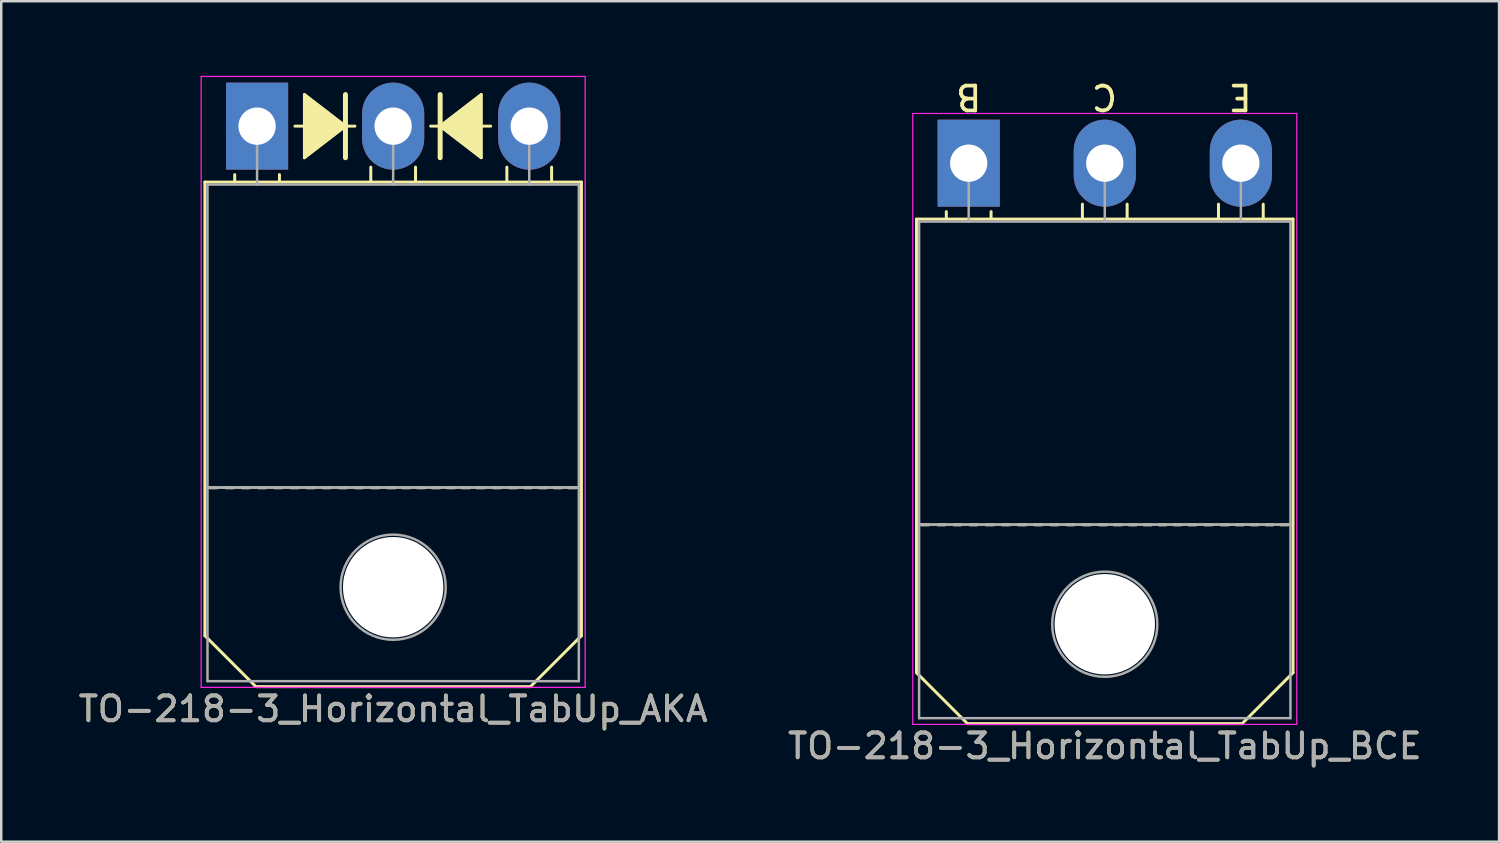
<source format=kicad_pcb>
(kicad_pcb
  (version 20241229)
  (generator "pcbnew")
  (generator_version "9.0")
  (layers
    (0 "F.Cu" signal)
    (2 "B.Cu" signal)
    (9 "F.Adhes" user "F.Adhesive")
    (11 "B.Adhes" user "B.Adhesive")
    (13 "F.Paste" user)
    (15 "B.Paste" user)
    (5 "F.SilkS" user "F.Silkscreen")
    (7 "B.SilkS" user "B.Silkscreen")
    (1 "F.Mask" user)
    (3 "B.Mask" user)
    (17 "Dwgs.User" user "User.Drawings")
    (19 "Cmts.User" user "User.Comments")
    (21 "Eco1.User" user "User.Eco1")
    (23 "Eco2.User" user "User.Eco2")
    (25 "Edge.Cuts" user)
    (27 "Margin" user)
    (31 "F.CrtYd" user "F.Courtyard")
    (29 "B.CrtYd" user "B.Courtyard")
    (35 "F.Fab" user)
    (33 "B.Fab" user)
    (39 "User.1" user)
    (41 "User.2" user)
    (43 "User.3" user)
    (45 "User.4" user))
  (footprint "TO-218-3_Horizontal_TabUp_BCE"
    (layer "F.Cu")
    (at 35.924 3.515)
    (property "Reference" "TO-218-3_Horizontal_TabUp_BCE" (at 5.475 23.45 0) (layer "F.SilkS") (effects (font (size 1 1) (thickness 0.15))))
    (fp_line (start -2.1 2.25) (end 13.05 2.25) (stroke (width 0.12) (type solid)) (layer "F.SilkS"))
    (fp_line (start -2.1 20.5) (end -2.1 2.25) (stroke (width 0.12) (type solid)) (layer "F.SilkS"))
    (fp_line (start -2.1 20.5) (end -0.05 22.55) (stroke (width 0.12) (type solid)) (layer "F.SilkS"))
    (fp_line (start -1.6 14.55) (end -1.9 14.55) (stroke (width 0.12) (type solid)) (layer "F.SilkS"))
    (fp_line (start -0.95 14.55) (end -1.25 14.55) (stroke (width 0.12) (type solid)) (layer "F.SilkS"))
    (fp_line (start -0.9 2.2) (end -0.9 1.95) (stroke (width 0.12) (type solid)) (layer "F.SilkS"))
    (fp_line (start -0.3 14.55) (end -0.6 14.55) (stroke (width 0.12) (type solid)) (layer "F.SilkS"))
    (fp_line (start 0.35 14.55) (end 0.05 14.55) (stroke (width 0.12) (type solid)) (layer "F.SilkS"))
    (fp_line (start 0.9 2.2) (end 0.9 1.95) (stroke (width 0.12) (type solid)) (layer "F.SilkS"))
    (fp_line (start 1 14.55) (end 0.7 14.55) (stroke (width 0.12) (type solid)) (layer "F.SilkS"))
    (fp_line (start 1.65 14.55) (end 1.35 14.55) (stroke (width 0.12) (type solid)) (layer "F.SilkS"))
    (fp_line (start 2.3 14.55) (end 2 14.55) (stroke (width 0.12) (type solid)) (layer "F.SilkS"))
    (fp_line (start 2.95 14.55) (end 2.65 14.55) (stroke (width 0.12) (type solid)) (layer "F.SilkS"))
    (fp_line (start 3.6 14.55) (end 3.3 14.55) (stroke (width 0.12) (type solid)) (layer "F.SilkS"))
    (fp_line (start 4.25 14.55) (end 3.95 14.55) (stroke (width 0.12) (type solid)) (layer "F.SilkS"))
    (fp_line (start 4.575 2.2) (end 4.575 1.65) (stroke (width 0.12) (type solid)) (layer "F.SilkS"))
    (fp_line (start 4.9 14.55) (end 4.6 14.55) (stroke (width 0.12) (type solid)) (layer "F.SilkS"))
    (fp_line (start 5.55 14.55) (end 5.25 14.55) (stroke (width 0.12) (type solid)) (layer "F.SilkS"))
    (fp_line (start 6.15 14.55) (end 5.85 14.55) (stroke (width 0.12) (type solid)) (layer "F.SilkS"))
    (fp_line (start 6.375 2.2) (end 6.375 1.65) (stroke (width 0.12) (type solid)) (layer "F.SilkS"))
    (fp_line (start 6.75 14.55) (end 6.45 14.55) (stroke (width 0.12) (type solid)) (layer "F.SilkS"))
    (fp_line (start 7.35 14.55) (end 7.05 14.55) (stroke (width 0.12) (type solid)) (layer "F.SilkS"))
    (fp_line (start 7.95 14.55) (end 7.65 14.55) (stroke (width 0.12) (type solid)) (layer "F.SilkS"))
    (fp_line (start 8.55 14.55) (end 8.25 14.55) (stroke (width 0.12) (type solid)) (layer "F.SilkS"))
    (fp_line (start 9.15 14.55) (end 8.85 14.55) (stroke (width 0.12) (type solid)) (layer "F.SilkS"))
    (fp_line (start 9.8 14.55) (end 9.5 14.55) (stroke (width 0.12) (type solid)) (layer "F.SilkS"))
    (fp_line (start 10.05 2.2) (end 10.05 1.65) (stroke (width 0.12) (type solid)) (layer "F.SilkS"))
    (fp_line (start 10.45 14.55) (end 10.15 14.55) (stroke (width 0.12) (type solid)) (layer "F.SilkS"))
    (fp_line (start 11 22.55) (end -0.05 22.55) (stroke (width 0.12) (type solid)) (layer "F.SilkS"))
    (fp_line (start 11.05 14.55) (end 10.75 14.55) (stroke (width 0.12) (type solid)) (layer "F.SilkS"))
    (fp_line (start 11.65 14.55) (end 11.35 14.55) (stroke (width 0.12) (type solid)) (layer "F.SilkS"))
    (fp_line (start 11.85 2.2) (end 11.85 1.65) (stroke (width 0.12) (type solid)) (layer "F.SilkS"))
    (fp_line (start 12.25 14.55) (end 11.95 14.55) (stroke (width 0.12) (type solid)) (layer "F.SilkS"))
    (fp_line (start 12.85 14.55) (end 12.55 14.55) (stroke (width 0.12) (type solid)) (layer "F.SilkS"))
    (fp_line (start 13.05 2.25) (end 13.05 20.5) (stroke (width 0.12) (type solid)) (layer "F.SilkS"))
    (fp_line (start 13.05 20.5) (end 11 22.55) (stroke (width 0.12) (type solid)) (layer "F.SilkS"))
    (fp_line (start -2.25 -2) (end -2.25 22.58) (stroke (width 0.05) (type solid)) (layer "F.CrtYd"))
    (fp_line (start -2.25 22.58) (end 13.2 22.58) (stroke (width 0.05) (type solid)) (layer "F.CrtYd"))
    (fp_line (start 13.2 -2) (end -2.25 -2) (stroke (width 0.05) (type solid)) (layer "F.CrtYd"))
    (fp_line (start 13.2 22.58) (end 13.2 -2) (stroke (width 0.05) (type solid)) (layer "F.CrtYd"))
    (fp_line (start -1.995 2.35) (end -1.995 14.54) (stroke (width 0.1) (type solid)) (layer "F.Fab"))
    (fp_line (start -1.995 14.54) (end -1.995 22.33) (stroke (width 0.1) (type solid)) (layer "F.Fab"))
    (fp_line (start -1.995 14.54) (end 12.945 14.54) (stroke (width 0.1) (type solid)) (layer "F.Fab"))
    (fp_line (start -1.995 22.33) (end 12.945 22.33) (stroke (width 0.1) (type solid)) (layer "F.Fab"))
    (fp_line (start 0 2.35) (end 0 0) (stroke (width 0.1) (type solid)) (layer "F.Fab"))
    (fp_line (start 5.475 2.35) (end 5.475 0) (stroke (width 0.1) (type solid)) (layer "F.Fab"))
    (fp_line (start 10.95 2.35) (end 10.95 0) (stroke (width 0.1) (type solid)) (layer "F.Fab"))
    (fp_line (start 12.945 2.35) (end -1.995 2.35) (stroke (width 0.1) (type solid)) (layer "F.Fab"))
    (fp_line (start 12.945 14.54) (end -1.995 14.54) (stroke (width 0.1) (type solid)) (layer "F.Fab"))
    (fp_line (start 12.945 14.54) (end 12.945 2.35) (stroke (width 0.1) (type solid)) (layer "F.Fab"))
    (fp_line (start 12.945 22.33) (end 12.945 14.54) (stroke (width 0.1) (type solid)) (layer "F.Fab"))
    (fp_circle (center 5.475 18.55) (end 7.59 18.55) (stroke (width 0.1) (type solid)) (fill no) (layer "F.Fab"))
    (fp_text user "B" (at 0 -2.667 180) (unlocked yes) (layer "F.SilkS") (effects (font (size 1 1) (thickness 0.15))))
    (fp_text user "E" (at 10.922 -2.667 180) (unlocked yes) (layer "F.SilkS") (effects (font (size 1 1) (thickness 0.15))))
    (fp_text user "C" (at 5.461 -2.667 180) (unlocked yes) (layer "F.SilkS") (effects (font (size 1 1) (thickness 0.15))))
    (fp_text user "${REFERENCE}" (at 5.475 23.45 0) (layer "F.Fab") (effects (font (size 1 1) (thickness 0.15))))
    (pad "" np_thru_hole oval (at 5.475 18.55) (size 4.04 4.04) (drill 4.04) (layers "*.Cu" "*.Mask"))
    (pad "1" thru_hole rect (at 0 0) (size 2.5 3.5) (drill 1.5) (layers "*.Cu" "*.Mask"))
    (pad "2" thru_hole oval (at 5.475 0) (size 2.5 3.5) (drill 1.5) (layers "*.Cu" "*.Mask"))
    (pad "3" thru_hole oval (at 10.95 0) (size 2.5 3.5) (drill 1.5) (layers "*.Cu" "*.Mask")))
  (footprint "TO-218-3_Horizontal_TabUp_AKA"
    (layer "F.Cu")
    (at 7.293 2.025)
    (property "Reference" "TO-218-3_Horizontal_TabUp_AKA" (at 5.475 23.45 0) (layer "F.SilkS") (effects (font (size 1 1) (thickness 0.15))))
    (fp_line (start -2.1 2.25) (end 13.05 2.25) (stroke (width 0.12) (type solid)) (layer "F.SilkS"))
    (fp_line (start -2.1 20.5) (end -2.1 2.25) (stroke (width 0.12) (type solid)) (layer "F.SilkS"))
    (fp_line (start -2.1 20.5) (end -0.05 22.55) (stroke (width 0.12) (type solid)) (layer "F.SilkS"))
    (fp_line (start -1.6 14.55) (end -1.9 14.55) (stroke (width 0.12) (type solid)) (layer "F.SilkS"))
    (fp_line (start -0.95 14.55) (end -1.25 14.55) (stroke (width 0.12) (type solid)) (layer "F.SilkS"))
    (fp_line (start -0.9 2.2) (end -0.9 1.95) (stroke (width 0.12) (type solid)) (layer "F.SilkS"))
    (fp_line (start -0.3 14.55) (end -0.6 14.55) (stroke (width 0.12) (type solid)) (layer "F.SilkS"))
    (fp_line (start 0.35 14.55) (end 0.05 14.55) (stroke (width 0.12) (type solid)) (layer "F.SilkS"))
    (fp_line (start 0.9 2.2) (end 0.9 1.95) (stroke (width 0.12) (type solid)) (layer "F.SilkS"))
    (fp_line (start 1 14.55) (end 0.7 14.55) (stroke (width 0.12) (type solid)) (layer "F.SilkS"))
    (fp_line (start 1.524 0) (end 1.905 0) (stroke (width 0.12) (type solid)) (layer "F.SilkS"))
    (fp_line (start 1.65 14.55) (end 1.35 14.55) (stroke (width 0.12) (type solid)) (layer "F.SilkS"))
    (fp_line (start 1.905 -1.27) (end 1.905 1.27) (stroke (width 0.12) (type solid)) (layer "F.SilkS"))
    (fp_line (start 1.905 1.27) (end 3.556 0) (stroke (width 0.12) (type solid)) (layer "F.SilkS"))
    (fp_line (start 2.3 14.55) (end 2 14.55) (stroke (width 0.12) (type solid)) (layer "F.SilkS"))
    (fp_line (start 2.95 14.55) (end 2.65 14.55) (stroke (width 0.12) (type solid)) (layer "F.SilkS"))
    (fp_line (start 3.556 0) (end 1.905 -1.27) (stroke (width 0.12) (type solid)) (layer "F.SilkS"))
    (fp_line (start 3.556 0) (end 3.556 -1.27) (stroke (width 0.2) (type solid)) (layer "F.SilkS"))
    (fp_line (start 3.556 1.27) (end 3.556 0) (stroke (width 0.2) (type solid)) (layer "F.SilkS"))
    (fp_line (start 3.6 14.55) (end 3.3 14.55) (stroke (width 0.12) (type solid)) (layer "F.SilkS"))
    (fp_line (start 3.937 0) (end 3.556 0) (stroke (width 0.12) (type solid)) (layer "F.SilkS"))
    (fp_line (start 4.25 14.55) (end 3.95 14.55) (stroke (width 0.12) (type solid)) (layer "F.SilkS"))
    (fp_line (start 4.575 2.2) (end 4.575 1.65) (stroke (width 0.12) (type solid)) (layer "F.SilkS"))
    (fp_line (start 4.9 14.55) (end 4.6 14.55) (stroke (width 0.12) (type solid)) (layer "F.SilkS"))
    (fp_line (start 5.55 14.55) (end 5.25 14.55) (stroke (width 0.12) (type solid)) (layer "F.SilkS"))
    (fp_line (start 6.15 14.55) (end 5.85 14.55) (stroke (width 0.12) (type solid)) (layer "F.SilkS"))
    (fp_line (start 6.375 2.2) (end 6.375 1.65) (stroke (width 0.12) (type solid)) (layer "F.SilkS"))
    (fp_line (start 6.75 14.55) (end 6.45 14.55) (stroke (width 0.12) (type solid)) (layer "F.SilkS"))
    (fp_line (start 6.985 0) (end 7.366 0) (stroke (width 0.12) (type solid)) (layer "F.SilkS"))
    (fp_line (start 7.35 14.55) (end 7.05 14.55) (stroke (width 0.12) (type solid)) (layer "F.SilkS"))
    (fp_line (start 7.366 -1.27) (end 7.366 0) (stroke (width 0.2) (type solid)) (layer "F.SilkS"))
    (fp_line (start 7.366 0) (end 7.366 1.27) (stroke (width 0.2) (type solid)) (layer "F.SilkS"))
    (fp_line (start 7.366 0) (end 9.017 1.27) (stroke (width 0.12) (type solid)) (layer "F.SilkS"))
    (fp_line (start 7.95 14.55) (end 7.65 14.55) (stroke (width 0.12) (type solid)) (layer "F.SilkS"))
    (fp_line (start 8.55 14.55) (end 8.25 14.55) (stroke (width 0.12) (type solid)) (layer "F.SilkS"))
    (fp_line (start 9.017 -1.27) (end 7.366 0) (stroke (width 0.12) (type solid)) (layer "F.SilkS"))
    (fp_line (start 9.017 1.27) (end 9.017 -1.27) (stroke (width 0.12) (type solid)) (layer "F.SilkS"))
    (fp_line (start 9.15 14.55) (end 8.85 14.55) (stroke (width 0.12) (type solid)) (layer "F.SilkS"))
    (fp_line (start 9.398 0) (end 9.017 0) (stroke (width 0.12) (type solid)) (layer "F.SilkS"))
    (fp_line (start 9.8 14.55) (end 9.5 14.55) (stroke (width 0.12) (type solid)) (layer "F.SilkS"))
    (fp_line (start 10.05 2.2) (end 10.05 1.65) (stroke (width 0.12) (type solid)) (layer "F.SilkS"))
    (fp_line (start 10.45 14.55) (end 10.15 14.55) (stroke (width 0.12) (type solid)) (layer "F.SilkS"))
    (fp_line (start 11 22.55) (end -0.05 22.55) (stroke (width 0.12) (type solid)) (layer "F.SilkS"))
    (fp_line (start 11.05 14.55) (end 10.75 14.55) (stroke (width 0.12) (type solid)) (layer "F.SilkS"))
    (fp_line (start 11.65 14.55) (end 11.35 14.55) (stroke (width 0.12) (type solid)) (layer "F.SilkS"))
    (fp_line (start 11.85 2.2) (end 11.85 1.65) (stroke (width 0.12) (type solid)) (layer "F.SilkS"))
    (fp_line (start 12.25 14.55) (end 11.95 14.55) (stroke (width 0.12) (type solid)) (layer "F.SilkS"))
    (fp_line (start 12.85 14.55) (end 12.55 14.55) (stroke (width 0.12) (type solid)) (layer "F.SilkS"))
    (fp_line (start 13.05 2.25) (end 13.05 20.5) (stroke (width 0.12) (type solid)) (layer "F.SilkS"))
    (fp_line (start 13.05 20.5) (end 11 22.55) (stroke (width 0.12) (type solid)) (layer "F.SilkS"))
    (fp_poly (pts (xy 3.556 0) (xy 1.905 1.27) (xy 1.905 -1.27)) (stroke (width 0.1) (type solid)) (fill yes) (layer "F.SilkS"))
    (fp_poly (pts (xy 9.017 1.27) (xy 7.366 0) (xy 9.017 -1.27)) (stroke (width 0.1) (type solid)) (fill yes) (layer "F.SilkS"))
    (fp_line (start -2.25 -2) (end -2.25 22.58) (stroke (width 0.05) (type solid)) (layer "F.CrtYd"))
    (fp_line (start -2.25 22.58) (end 13.2 22.58) (stroke (width 0.05) (type solid)) (layer "F.CrtYd"))
    (fp_line (start 13.2 -2) (end -2.25 -2) (stroke (width 0.05) (type solid)) (layer "F.CrtYd"))
    (fp_line (start 13.2 22.58) (end 13.2 -2) (stroke (width 0.05) (type solid)) (layer "F.CrtYd"))
    (fp_line (start -1.995 2.35) (end -1.995 14.54) (stroke (width 0.1) (type solid)) (layer "F.Fab"))
    (fp_line (start -1.995 14.54) (end -1.995 22.33) (stroke (width 0.1) (type solid)) (layer "F.Fab"))
    (fp_line (start -1.995 14.54) (end 12.945 14.54) (stroke (width 0.1) (type solid)) (layer "F.Fab"))
    (fp_line (start -1.995 22.33) (end 12.945 22.33) (stroke (width 0.1) (type solid)) (layer "F.Fab"))
    (fp_line (start 0 2.35) (end 0 0) (stroke (width 0.1) (type solid)) (layer "F.Fab"))
    (fp_line (start 5.475 2.35) (end 5.475 0) (stroke (width 0.1) (type solid)) (layer "F.Fab"))
    (fp_line (start 10.95 2.35) (end 10.95 0) (stroke (width 0.1) (type solid)) (layer "F.Fab"))
    (fp_line (start 12.945 2.35) (end -1.995 2.35) (stroke (width 0.1) (type solid)) (layer "F.Fab"))
    (fp_line (start 12.945 14.54) (end -1.995 14.54) (stroke (width 0.1) (type solid)) (layer "F.Fab"))
    (fp_line (start 12.945 14.54) (end 12.945 2.35) (stroke (width 0.1) (type solid)) (layer "F.Fab"))
    (fp_line (start 12.945 22.33) (end 12.945 14.54) (stroke (width 0.1) (type solid)) (layer "F.Fab"))
    (fp_circle (center 5.475 18.55) (end 7.59 18.55) (stroke (width 0.1) (type solid)) (fill no) (layer "F.Fab"))
    (fp_text user "${REFERENCE}" (at 5.475 23.45 0) (layer "F.Fab") (effects (font (size 1 1) (thickness 0.15))))
    (pad "" np_thru_hole oval (at 5.475 18.55) (size 4.04 4.04) (drill 4.04) (layers "*.Cu" "*.Mask"))
    (pad "1" thru_hole rect (at 0 0) (size 2.5 3.5) (drill 1.5) (layers "*.Cu" "*.Mask"))
    (pad "2" thru_hole oval (at 5.475 0) (size 2.5 3.5) (drill 1.5) (layers "*.Cu" "*.Mask"))
    (pad "3" thru_hole oval (at 10.95 0) (size 2.5 3.5) (drill 1.5) (layers "*.Cu" "*.Mask")))
  (gr_rect
    (start -3 -3)
    (end 57.262 30.814)
    (stroke (width 0.1) (type default))
    (fill no)
    (layer "Edge.Cuts")))
</source>
